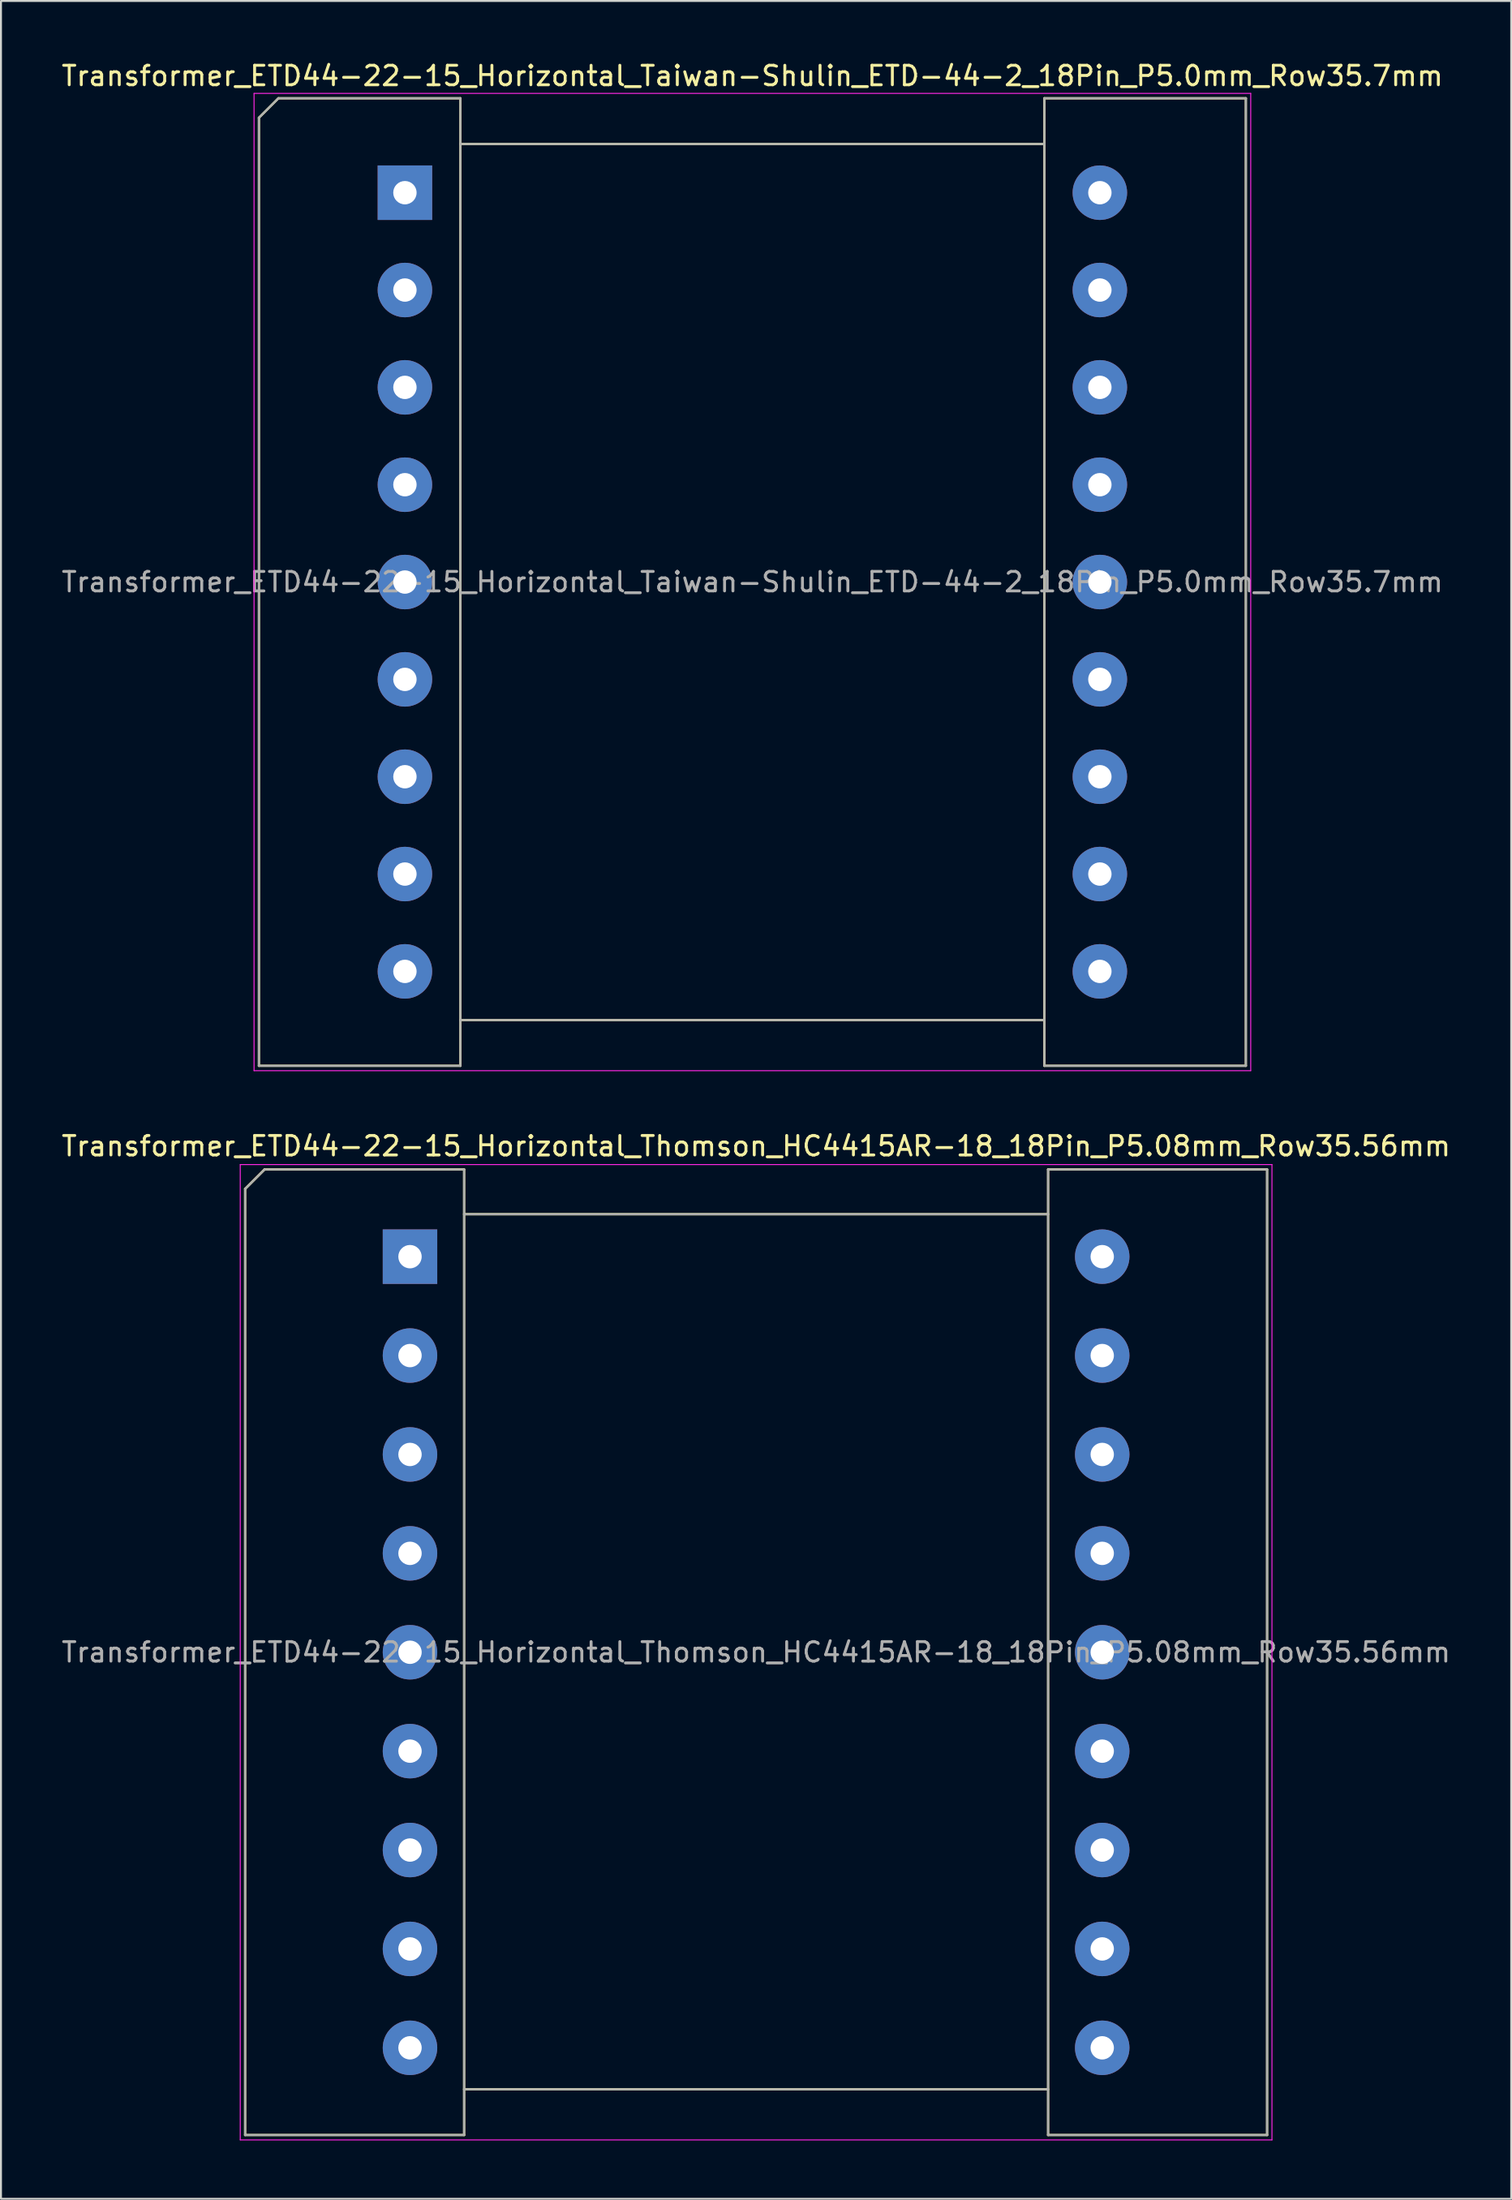
<source format=kicad_pcb>
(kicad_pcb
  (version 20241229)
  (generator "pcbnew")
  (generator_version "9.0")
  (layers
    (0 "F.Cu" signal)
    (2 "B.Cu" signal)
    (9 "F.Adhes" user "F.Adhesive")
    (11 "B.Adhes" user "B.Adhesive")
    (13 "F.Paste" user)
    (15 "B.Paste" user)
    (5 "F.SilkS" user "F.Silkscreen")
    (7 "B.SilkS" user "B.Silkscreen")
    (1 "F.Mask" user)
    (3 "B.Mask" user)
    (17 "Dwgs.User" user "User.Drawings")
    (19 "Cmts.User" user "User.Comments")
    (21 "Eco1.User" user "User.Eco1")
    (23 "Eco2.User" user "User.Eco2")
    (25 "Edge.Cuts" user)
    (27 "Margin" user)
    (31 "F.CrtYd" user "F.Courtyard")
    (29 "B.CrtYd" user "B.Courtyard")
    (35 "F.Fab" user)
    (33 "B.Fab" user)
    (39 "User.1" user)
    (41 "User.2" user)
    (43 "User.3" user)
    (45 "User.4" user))
  (footprint "Transformer_ETD44-22-15_Horizontal_Thomson_HC4415AR-18_18Pin_P5.08mm_Row35.56mm"
    (layer "F.Cu")
    (at 18.012 61.502)
    (property "Reference" "Transformer_ETD44-22-15_Horizontal_Thomson_HC4415AR-18_18Pin_P5.08mm_Row35.56mm" (at 17.78 -5.68 0) (layer "F.SilkS") (effects (font (size 1 1) (thickness 0.15))))
    (attr through_hole)
    (fp_line (start -8.47 45.12) (end -8.47 -3.48) (stroke (width 0.12) (type solid)) (layer "F.SilkS"))
    (fp_line (start -8.47 45.12) (end 2.78 45.12) (stroke (width 0.12) (type solid)) (layer "F.SilkS"))
    (fp_line (start -7.47 -4.48) (end -8.47 -3.48) (stroke (width 0.12) (type solid)) (layer "F.SilkS"))
    (fp_line (start 2.78 -4.48) (end -7.47 -4.48) (stroke (width 0.12) (type solid)) (layer "F.SilkS"))
    (fp_line (start 2.78 -4.48) (end 2.78 45.12) (stroke (width 0.12) (type solid)) (layer "F.SilkS"))
    (fp_line (start 2.78 -2.18) (end 32.78 -2.18) (stroke (width 0.12) (type solid)) (layer "F.SilkS"))
    (fp_line (start 2.78 42.77) (end 32.78 42.77) (stroke (width 0.12) (type solid)) (layer "F.SilkS"))
    (fp_line (start 32.78 -4.48) (end 32.78 45.12) (stroke (width 0.12) (type solid)) (layer "F.SilkS"))
    (fp_line (start 44.03 -4.48) (end 32.78 -4.48) (stroke (width 0.12) (type solid)) (layer "F.SilkS"))
    (fp_line (start 44.03 45.12) (end 32.78 45.12) (stroke (width 0.12) (type solid)) (layer "F.SilkS"))
    (fp_line (start 44.03 45.12) (end 44.03 -4.48) (stroke (width 0.12) (type solid)) (layer "F.SilkS"))
    (fp_line (start -8.72 -4.73) (end 44.28 -4.73) (stroke (width 0.05) (type solid)) (layer "F.CrtYd"))
    (fp_line (start -8.72 45.37) (end -8.72 -4.73) (stroke (width 0.05) (type solid)) (layer "F.CrtYd"))
    (fp_line (start -8.72 45.37) (end 44.28 45.37) (stroke (width 0.05) (type solid)) (layer "F.CrtYd"))
    (fp_line (start 44.28 45.37) (end 44.28 -4.73) (stroke (width 0.05) (type solid)) (layer "F.CrtYd"))
    (fp_line (start -8.47 45.12) (end -8.47 -3.48) (stroke (width 0.1) (type solid)) (layer "F.Fab"))
    (fp_line (start -8.47 45.12) (end 2.78 45.12) (stroke (width 0.1) (type solid)) (layer "F.Fab"))
    (fp_line (start -7.47 -4.48) (end -8.47 -3.48) (stroke (width 0.1) (type solid)) (layer "F.Fab"))
    (fp_line (start 2.78 -4.48) (end -7.47 -4.48) (stroke (width 0.1) (type solid)) (layer "F.Fab"))
    (fp_line (start 2.78 -4.48) (end 2.78 45.12) (stroke (width 0.1) (type solid)) (layer "F.Fab"))
    (fp_line (start 2.78 -2.18) (end 32.78 -2.18) (stroke (width 0.1) (type solid)) (layer "F.Fab"))
    (fp_line (start 2.78 42.77) (end 32.78 42.77) (stroke (width 0.1) (type solid)) (layer "F.Fab"))
    (fp_line (start 32.78 -4.48) (end 32.78 45.12) (stroke (width 0.1) (type solid)) (layer "F.Fab"))
    (fp_line (start 44.03 -4.48) (end 32.78 -4.48) (stroke (width 0.1) (type solid)) (layer "F.Fab"))
    (fp_line (start 44.03 45.12) (end 32.78 45.12) (stroke (width 0.1) (type solid)) (layer "F.Fab"))
    (fp_line (start 44.03 45.12) (end 44.03 -4.48) (stroke (width 0.1) (type solid)) (layer "F.Fab"))
    (fp_text user "${REFERENCE}" (at 17.78 20.32 0) (layer "F.Fab") (effects (font (size 1 1) (thickness 0.15))))
    (pad "1" thru_hole rect (at 0 0) (size 2.8 2.8) (drill 1.2) (layers "*.Cu" "*.Mask"))
    (pad "2" thru_hole circle (at 0 5.08) (size 2.8 2.8) (drill 1.2) (layers "*.Cu" "*.Mask"))
    (pad "3" thru_hole circle (at 0 10.16) (size 2.8 2.8) (drill 1.2) (layers "*.Cu" "*.Mask"))
    (pad "4" thru_hole circle (at 0 15.24) (size 2.8 2.8) (drill 1.2) (layers "*.Cu" "*.Mask"))
    (pad "5" thru_hole circle (at 0 20.32) (size 2.8 2.8) (drill 1.2) (layers "*.Cu" "*.Mask"))
    (pad "6" thru_hole circle (at 0 25.4) (size 2.8 2.8) (drill 1.2) (layers "*.Cu" "*.Mask"))
    (pad "7" thru_hole circle (at 0 30.48) (size 2.8 2.8) (drill 1.2) (layers "*.Cu" "*.Mask"))
    (pad "8" thru_hole circle (at 0 35.56) (size 2.8 2.8) (drill 1.2) (layers "*.Cu" "*.Mask"))
    (pad "9" thru_hole circle (at 0 40.64) (size 2.8 2.8) (drill 1.2) (layers "*.Cu" "*.Mask"))
    (pad "10" thru_hole circle (at 35.56 40.64) (size 2.8 2.8) (drill 1.2) (layers "*.Cu" "*.Mask"))
    (pad "11" thru_hole circle (at 35.56 35.56) (size 2.8 2.8) (drill 1.2) (layers "*.Cu" "*.Mask"))
    (pad "12" thru_hole circle (at 35.56 30.48) (size 2.8 2.8) (drill 1.2) (layers "*.Cu" "*.Mask"))
    (pad "13" thru_hole circle (at 35.56 25.4) (size 2.8 2.8) (drill 1.2) (layers "*.Cu" "*.Mask"))
    (pad "14" thru_hole circle (at 35.56 20.32) (size 2.8 2.8) (drill 1.2) (layers "*.Cu" "*.Mask"))
    (pad "15" thru_hole circle (at 35.56 15.24) (size 2.8 2.8) (drill 1.2) (layers "*.Cu" "*.Mask"))
    (pad "16" thru_hole circle (at 35.56 10.16) (size 2.8 2.8) (drill 1.2) (layers "*.Cu" "*.Mask"))
    (pad "17" thru_hole circle (at 35.56 5.08) (size 2.8 2.8) (drill 1.2) (layers "*.Cu" "*.Mask"))
    (pad "18" thru_hole circle (at 35.56 0) (size 2.8 2.8) (drill 1.2) (layers "*.Cu" "*.Mask")))
  (footprint "Transformer_ETD44-22-15_Horizontal_Taiwan-Shulin_ETD-44-2_18Pin_P5.0mm_Row35.7mm"
    (layer "F.Cu")
    (at 17.751 6.848)
    (property "Reference" "Transformer_ETD44-22-15_Horizontal_Taiwan-Shulin_ETD-44-2_18Pin_P5.0mm_Row35.7mm" (at 17.85 -6 0) (layer "F.SilkS") (effects (font (size 1 1) (thickness 0.15))))
    (attr through_hole)
    (fp_line (start -7.5 44.85) (end -7.5 -3.85) (stroke (width 0.12) (type solid)) (layer "F.SilkS"))
    (fp_line (start -7.5 44.85) (end 2.85 44.85) (stroke (width 0.12) (type solid)) (layer "F.SilkS"))
    (fp_line (start -6.5 -4.85) (end -7.5 -3.85) (stroke (width 0.12) (type solid)) (layer "F.SilkS"))
    (fp_line (start 2.85 -4.85) (end -6.5 -4.85) (stroke (width 0.12) (type solid)) (layer "F.SilkS"))
    (fp_line (start 2.85 -4.85) (end 2.85 44.85) (stroke (width 0.12) (type solid)) (layer "F.SilkS"))
    (fp_line (start 2.85 -2.5) (end 32.85 -2.5) (stroke (width 0.12) (type solid)) (layer "F.SilkS"))
    (fp_line (start 2.85 42.5) (end 32.85 42.5) (stroke (width 0.12) (type solid)) (layer "F.SilkS"))
    (fp_line (start 32.85 -4.85) (end 32.85 44.85) (stroke (width 0.12) (type solid)) (layer "F.SilkS"))
    (fp_line (start 43.2 -4.85) (end 32.85 -4.85) (stroke (width 0.12) (type solid)) (layer "F.SilkS"))
    (fp_line (start 43.2 44.85) (end 32.85 44.85) (stroke (width 0.12) (type solid)) (layer "F.SilkS"))
    (fp_line (start 43.2 44.85) (end 43.2 -4.85) (stroke (width 0.12) (type solid)) (layer "F.SilkS"))
    (fp_line (start -7.75 -5.1) (end 43.45 -5.1) (stroke (width 0.05) (type solid)) (layer "F.CrtYd"))
    (fp_line (start -7.75 45.1) (end -7.75 -5.1) (stroke (width 0.05) (type solid)) (layer "F.CrtYd"))
    (fp_line (start -7.75 45.1) (end 43.45 45.1) (stroke (width 0.05) (type solid)) (layer "F.CrtYd"))
    (fp_line (start 43.45 45.1) (end 43.45 -5.1) (stroke (width 0.05) (type solid)) (layer "F.CrtYd"))
    (fp_line (start -7.5 44.85) (end -7.5 -3.85) (stroke (width 0.1) (type solid)) (layer "F.Fab"))
    (fp_line (start -7.5 44.85) (end 2.85 44.85) (stroke (width 0.1) (type solid)) (layer "F.Fab"))
    (fp_line (start -6.5 -4.85) (end -7.5 -3.85) (stroke (width 0.1) (type solid)) (layer "F.Fab"))
    (fp_line (start 2.85 -4.85) (end -6.5 -4.85) (stroke (width 0.1) (type solid)) (layer "F.Fab"))
    (fp_line (start 2.85 -4.85) (end 2.85 44.85) (stroke (width 0.1) (type solid)) (layer "F.Fab"))
    (fp_line (start 2.85 -2.5) (end 32.85 -2.5) (stroke (width 0.1) (type solid)) (layer "F.Fab"))
    (fp_line (start 2.85 42.5) (end 32.85 42.5) (stroke (width 0.1) (type solid)) (layer "F.Fab"))
    (fp_line (start 32.85 -4.85) (end 32.85 44.85) (stroke (width 0.1) (type solid)) (layer "F.Fab"))
    (fp_line (start 43.2 -4.85) (end 32.85 -4.85) (stroke (width 0.1) (type solid)) (layer "F.Fab"))
    (fp_line (start 43.2 44.85) (end 32.85 44.85) (stroke (width 0.1) (type solid)) (layer "F.Fab"))
    (fp_line (start 43.2 44.85) (end 43.2 -4.85) (stroke (width 0.1) (type solid)) (layer "F.Fab"))
    (fp_text user "${REFERENCE}" (at 17.85 20 0) (layer "F.Fab") (effects (font (size 1 1) (thickness 0.15))))
    (pad "1" thru_hole rect (at 0 0) (size 2.8 2.8) (drill 1.2) (layers "*.Cu" "*.Mask"))
    (pad "2" thru_hole circle (at 0 5) (size 2.8 2.8) (drill 1.2) (layers "*.Cu" "*.Mask"))
    (pad "3" thru_hole circle (at 0 10) (size 2.8 2.8) (drill 1.2) (layers "*.Cu" "*.Mask"))
    (pad "4" thru_hole circle (at 0 15) (size 2.8 2.8) (drill 1.2) (layers "*.Cu" "*.Mask"))
    (pad "5" thru_hole circle (at 0 20) (size 2.8 2.8) (drill 1.2) (layers "*.Cu" "*.Mask"))
    (pad "6" thru_hole circle (at 0 25) (size 2.8 2.8) (drill 1.2) (layers "*.Cu" "*.Mask"))
    (pad "7" thru_hole circle (at 0 30) (size 2.8 2.8) (drill 1.2) (layers "*.Cu" "*.Mask"))
    (pad "8" thru_hole circle (at 0 35) (size 2.8 2.8) (drill 1.2) (layers "*.Cu" "*.Mask"))
    (pad "9" thru_hole circle (at 0 40) (size 2.8 2.8) (drill 1.2) (layers "*.Cu" "*.Mask"))
    (pad "10" thru_hole circle (at 35.7 40) (size 2.8 2.8) (drill 1.2) (layers "*.Cu" "*.Mask"))
    (pad "11" thru_hole circle (at 35.7 35) (size 2.8 2.8) (drill 1.2) (layers "*.Cu" "*.Mask"))
    (pad "12" thru_hole circle (at 35.7 30) (size 2.8 2.8) (drill 1.2) (layers "*.Cu" "*.Mask"))
    (pad "13" thru_hole circle (at 35.7 25) (size 2.8 2.8) (drill 1.2) (layers "*.Cu" "*.Mask"))
    (pad "14" thru_hole circle (at 35.7 20) (size 2.8 2.8) (drill 1.2) (layers "*.Cu" "*.Mask"))
    (pad "15" thru_hole circle (at 35.7 15) (size 2.8 2.8) (drill 1.2) (layers "*.Cu" "*.Mask"))
    (pad "16" thru_hole circle (at 35.7 10) (size 2.8 2.8) (drill 1.2) (layers "*.Cu" "*.Mask"))
    (pad "17" thru_hole circle (at 35.7 5) (size 2.8 2.8) (drill 1.2) (layers "*.Cu" "*.Mask"))
    (pad "18" thru_hole circle (at 35.7 0) (size 2.8 2.8) (drill 1.2) (layers "*.Cu" "*.Mask")))
  (gr_rect
    (start -3 -3)
    (end 74.583 109.897)
    (stroke (width 0.1) (type default))
    (fill no)
    (layer "Edge.Cuts")))
</source>
